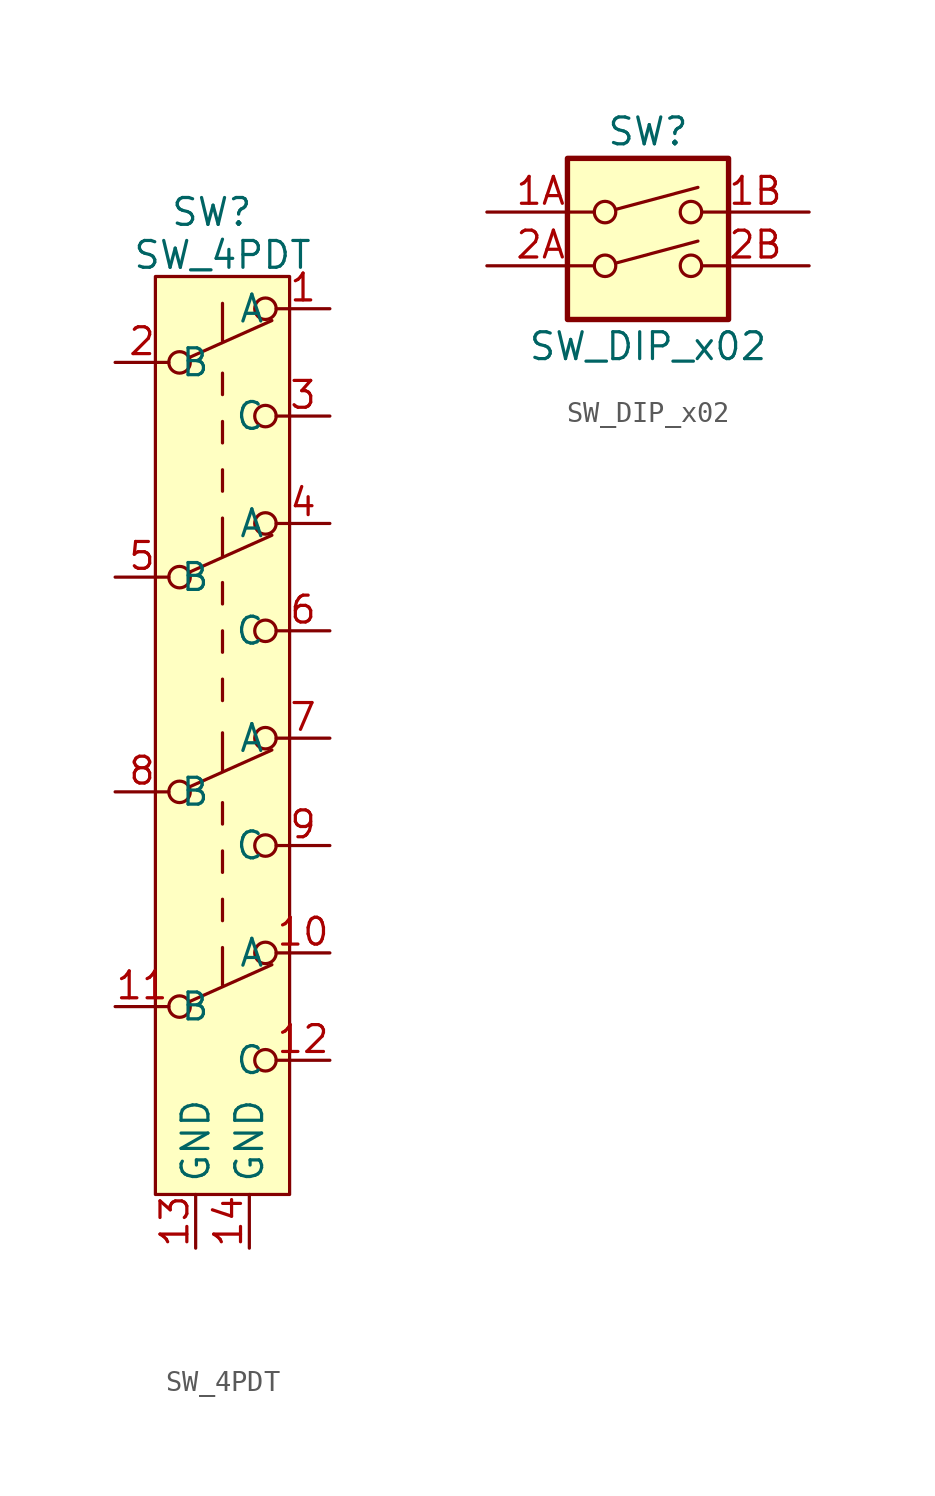
<source format=kicad_sym>
(kicad_symbol_lib
  (version 20241209)
  (generator "kicad_symbol_editor")
  (generator_version "9.0")
  (symbol "SW_4PDT"
    (property "Reference" "SW"
      (at -0.508 2.032 0)
      (effects (font (size 1.27 1.27))))
    (property "Value" "SW_4PDT"
      (at 0 0 0)
      (effects (font (size 1.27 1.27))))
    (symbol "SW_4PDT_0_0"
      (circle (center -2.032 -5.08) (radius 0.508) (stroke (width 0) (type default)) (fill (type none)))
      (circle (center -2.032 -15.24) (radius 0.508) (stroke (width 0) (type default)) (fill (type none)))
      (circle (center -2.032 -25.4) (radius 0.508) (stroke (width 0) (type default)) (fill (type none)))
      (circle (center -2.032 -35.56) (radius 0.508) (stroke (width 0) (type default)) (fill (type none)))
      (circle (center 2.032 -7.62) (radius 0.508) (stroke (width 0) (type default)) (fill (type none)))
      (circle (center 2.032 -17.78) (radius 0.508) (stroke (width 0) (type default)) (fill (type none)))
      (circle (center 2.032 -22.86) (radius 0.508) (stroke (width 0) (type default)) (fill (type none)))
      (circle (center 2.032 -27.94) (radius 0.508) (stroke (width 0) (type default)) (fill (type none)))
      (circle (center 2.032 -33.02) (radius 0.508) (stroke (width 0) (type default)) (fill (type none)))
      (circle (center 2.032 -38.1) (radius 0.508) (stroke (width 0) (type default)) (fill (type none))))
    (symbol "SW_4PDT_0_1"
      (polyline (pts (xy -1.524 -4.826) (xy 2.337 -3.099)) (stroke (width 0) (type default)) (fill (type none)))
      (polyline (pts (xy -1.524 -14.986) (xy 2.337 -13.259)) (stroke (width 0) (type default)) (fill (type none)))
      (polyline (pts (xy -1.524 -25.146) (xy 2.337 -23.419)) (stroke (width 0) (type default)) (fill (type none)))
      (polyline (pts (xy -1.524 -35.306) (xy 2.337 -33.579)) (stroke (width 0) (type default)) (fill (type none)))
      (polyline (pts (xy 0 -2.286) (xy 0 -4.064)) (stroke (width 0) (type default)) (fill (type none)))
      (polyline (pts (xy 0 -6.604) (xy 0 -5.588)) (stroke (width 0) (type default)) (fill (type none)))
      (polyline (pts (xy 0 -8.89) (xy 0 -7.874)) (stroke (width 0) (type default)) (fill (type none)))
      (polyline (pts (xy 0 -11.176) (xy 0 -10.16)) (stroke (width 0) (type default)) (fill (type none)))
      (polyline (pts (xy 0 -12.446) (xy 0 -14.224)) (stroke (width 0) (type default)) (fill (type none)))
      (polyline (pts (xy 0 -16.51) (xy 0 -15.494)) (stroke (width 0) (type default)) (fill (type none)))
      (polyline (pts (xy 0 -18.796) (xy 0 -17.78)) (stroke (width 0) (type default)) (fill (type none)))
      (polyline (pts (xy 0 -21.082) (xy 0 -20.066)) (stroke (width 0) (type default)) (fill (type none)))
      (polyline (pts (xy 0 -22.606) (xy 0 -24.384)) (stroke (width 0) (type default)) (fill (type none)))
      (polyline (pts (xy 0 -26.924) (xy 0 -25.908)) (stroke (width 0) (type default)) (fill (type none)))
      (polyline (pts (xy 0 -29.21) (xy 0 -28.194)) (stroke (width 0) (type default)) (fill (type none)))
      (polyline (pts (xy 0 -31.496) (xy 0 -30.48)) (stroke (width 0) (type default)) (fill (type none)))
      (polyline (pts (xy 0 -32.766) (xy 0 -34.544)) (stroke (width 0) (type default)) (fill (type none)))
      (circle (center 2.032 -2.54) (radius 0.508) (stroke (width 0) (type default)) (fill (type none)))
      (circle (center 2.032 -12.7) (radius 0.508) (stroke (width 0) (type default)) (fill (type none))))
    (symbol "SW_4PDT_1_1"
      (rectangle (start -3.175 -1.016) (end 3.175 -44.45) (stroke (width 0) (type default)) (fill (type background)))
      (pin passive line (at -5.08 -5.08 0) (length 2.54) (name "B" (effects (font (size 1.27 1.27)))) (number "2" (effects (font (size 1.27 1.27)))))
      (pin passive line (at -5.08 -15.24 0) (length 2.54) (name "B" (effects (font (size 1.27 1.27)))) (number "5" (effects (font (size 1.27 1.27)))))
      (pin passive line (at -5.08 -25.4 0) (length 2.54) (name "B" (effects (font (size 1.27 1.27)))) (number "8" (effects (font (size 1.27 1.27)))))
      (pin passive line (at -5.08 -35.56 0) (length 2.54) (name "B" (effects (font (size 1.27 1.27)))) (number "11" (effects (font (size 1.27 1.27)))))
      (pin power_in line (at -1.27 -46.99 90) (length 2.54) (name "GND" (effects (font (size 1.27 1.27)))) (number "13" (effects (font (size 1.27 1.27)))))
      (pin power_in line (at 1.27 -46.99 90) (length 2.54) (name "GND" (effects (font (size 1.27 1.27)))) (number "14" (effects (font (size 1.27 1.27)))))
      (pin passive line (at 5.08 -2.54 180) (length 2.54) (name "A" (effects (font (size 1.27 1.27)))) (number "1" (effects (font (size 1.27 1.27)))))
      (pin passive line (at 5.08 -7.62 180) (length 2.54) (name "C" (effects (font (size 1.27 1.27)))) (number "3" (effects (font (size 1.27 1.27)))))
      (pin passive line (at 5.08 -12.7 180) (length 2.54) (name "A" (effects (font (size 1.27 1.27)))) (number "4" (effects (font (size 1.27 1.27)))))
      (pin passive line (at 5.08 -17.78 180) (length 2.54) (name "C" (effects (font (size 1.27 1.27)))) (number "6" (effects (font (size 1.27 1.27)))))
      (pin passive line (at 5.08 -22.86 180) (length 2.54) (name "A" (effects (font (size 1.27 1.27)))) (number "7" (effects (font (size 1.27 1.27)))))
      (pin passive line (at 5.08 -27.94 180) (length 2.54) (name "C" (effects (font (size 1.27 1.27)))) (number "9" (effects (font (size 1.27 1.27)))))
      (pin passive line (at 5.08 -33.02 180) (length 2.54) (name "A" (effects (font (size 1.27 1.27)))) (number "10" (effects (font (size 1.27 1.27)))))
      (pin passive line (at 5.08 -38.1 180) (length 2.54) (name "C" (effects (font (size 1.27 1.27)))) (number "12" (effects (font (size 1.27 1.27)))))))
  (symbol "SW_DIP_x02"
    (pin_names
      (offset 0)
      (hide yes))
    (property "Reference" "SW"
      (at 0 6.35 0)
      (effects (font (size 1.27 1.27))))
    (property "Value" "SW_DIP_x02"
      (at 0 -3.81 0)
      (effects (font (size 1.27 1.27))))
    (symbol "SW_DIP_x02_0_0"
      (circle (center -2.032 2.54) (radius 0.508) (stroke (width 0) (type default)) (fill (type none)))
      (circle (center -2.032 0) (radius 0.508) (stroke (width 0) (type default)) (fill (type none)))
      (polyline (pts (xy -1.524 2.667) (xy 2.362 3.708)) (stroke (width 0) (type default)) (fill (type none)))
      (polyline (pts (xy -1.524 0.127) (xy 2.362 1.168)) (stroke (width 0) (type default)) (fill (type none)))
      (circle (center 2.032 2.54) (radius 0.508) (stroke (width 0) (type default)) (fill (type none)))
      (circle (center 2.032 0) (radius 0.508) (stroke (width 0) (type default)) (fill (type none))))
    (symbol "SW_DIP_x02_0_1"
      (rectangle (start -3.81 5.08) (end 3.81 -2.54) (stroke (width 0.254) (type default)) (fill (type background))))
    (symbol "SW_DIP_x02_1_1"
      (pin passive line (at -7.62 2.54 0) (length 5.08) (name "~" (effects (font (size 1.27 1.27)))) (number "1A" (effects (font (size 1.27 1.27)))))
      (pin passive line (at -7.62 0 0) (length 5.08) (name "~" (effects (font (size 1.27 1.27)))) (number "2A" (effects (font (size 1.27 1.27)))))
      (pin passive line (at 7.62 2.54 180) (length 5.08) (name "~" (effects (font (size 1.27 1.27)))) (number "1B" (effects (font (size 1.27 1.27)))))
      (pin passive line (at 7.62 0 180) (length 5.08) (name "~" (effects (font (size 1.27 1.27)))) (number "2B" (effects (font (size 1.27 1.27))))))))
</source>
